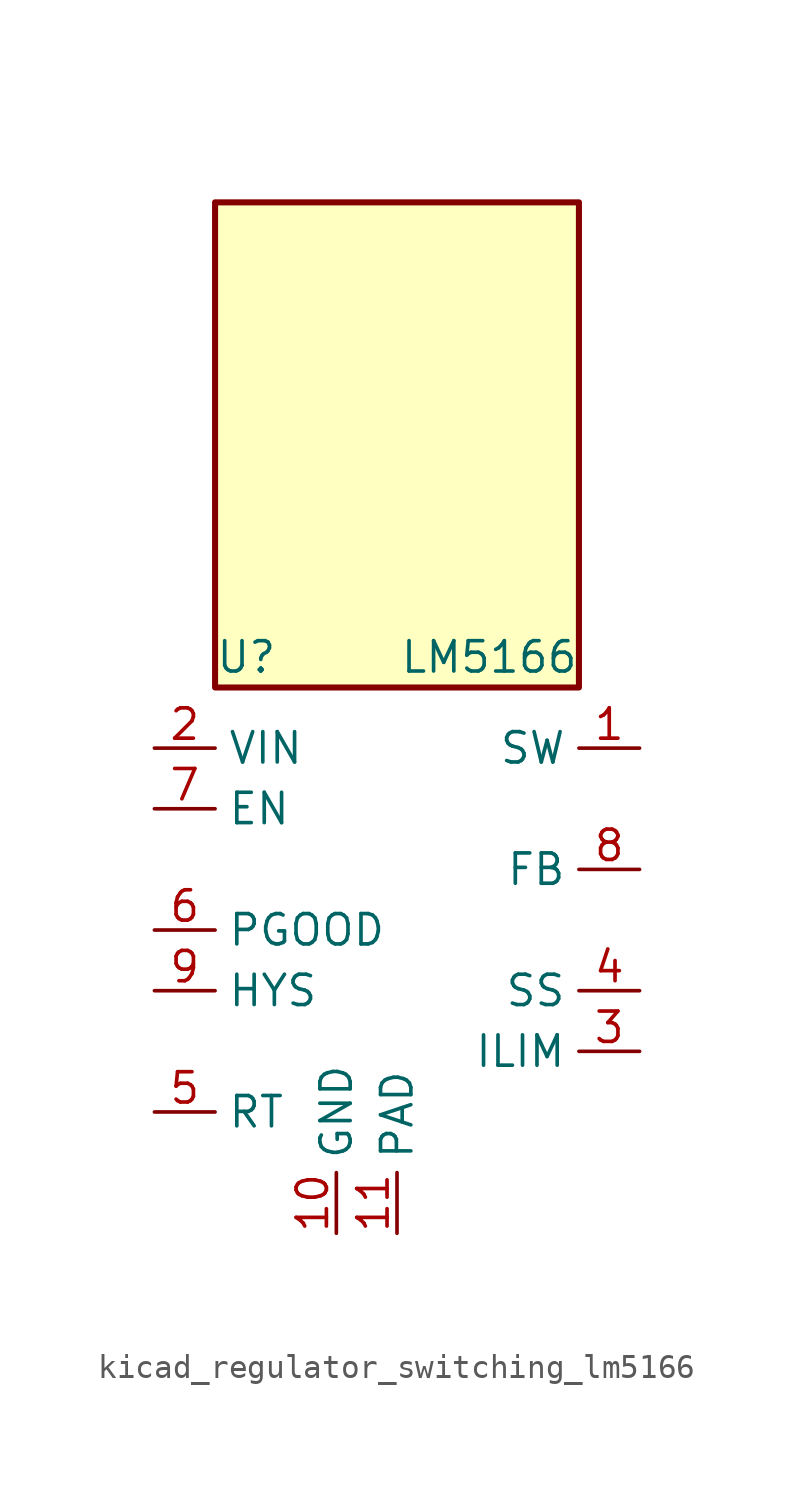
<source format=kicad_sym>
(kicad_symbol_lib
  (version 20220914)
  (generator kicad_symbol_editor)
  (symbol "kicad_regulator_switching_lm5166"
    (property "Reference" "U"
      (at -7.62 11.43 0)
      (effects (font (size 1.27 1.27)) (justify left)))
    (property "Value" "LM5166"
      (at 7.62 11.43 0)
      (effects (font (size 1.27 1.27)) (justify right)))
    (symbol "kicad_regulator_switching_lm5166_0_1"
      (rectangle (start 7.62 30.48) (end -7.62 10.16) (stroke (width 0.254) (type default)) (fill (type background))))
    (symbol "kicad_regulator_switching_lm5166_1_1"
      (pin power_out line (at 10.16 7.62 180) (length 2.54) (name "SW" (effects (font (size 1.27 1.27)))) (number "1" (effects (font (size 1.27 1.27)))))
      (pin power_in line (at -2.54 -12.7 90) (length 2.54) (name "GND" (effects (font (size 1.27 1.27)))) (number "10" (effects (font (size 1.27 1.27)))))
      (pin power_in line (at 0 -12.7 90) (length 2.54) (name "PAD" (effects (font (size 1.27 1.27)))) (number "11" (effects (font (size 1.27 1.27)))))
      (pin power_in line (at -10.16 7.62 0) (length 2.54) (name "VIN" (effects (font (size 1.27 1.27)))) (number "2" (effects (font (size 1.27 1.27)))))
      (pin input line (at 10.16 -5.08 180) (length 2.54) (name "ILIM" (effects (font (size 1.27 1.27)))) (number "3" (effects (font (size 1.27 1.27)))))
      (pin input line (at 10.16 -2.54 180) (length 2.54) (name "SS" (effects (font (size 1.27 1.27)))) (number "4" (effects (font (size 1.27 1.27)))))
      (pin input line (at -10.16 -7.62 0) (length 2.54) (name "RT" (effects (font (size 1.27 1.27)))) (number "5" (effects (font (size 1.27 1.27)))))
      (pin output line (at -10.16 0 0) (length 2.54) (name "PGOOD" (effects (font (size 1.27 1.27)))) (number "6" (effects (font (size 1.27 1.27)))))
      (pin input line (at -10.16 5.08 0) (length 2.54) (name "EN" (effects (font (size 1.27 1.27)))) (number "7" (effects (font (size 1.27 1.27)))))
      (pin input line (at 10.16 2.54 180) (length 2.54) (name "FB" (effects (font (size 1.27 1.27)))) (number "8" (effects (font (size 1.27 1.27)))))
      (pin output line (at -10.16 -2.54 0) (length 2.54) (name "HYS" (effects (font (size 1.27 1.27)))) (number "9" (effects (font (size 1.27 1.27))))))))
</source>
